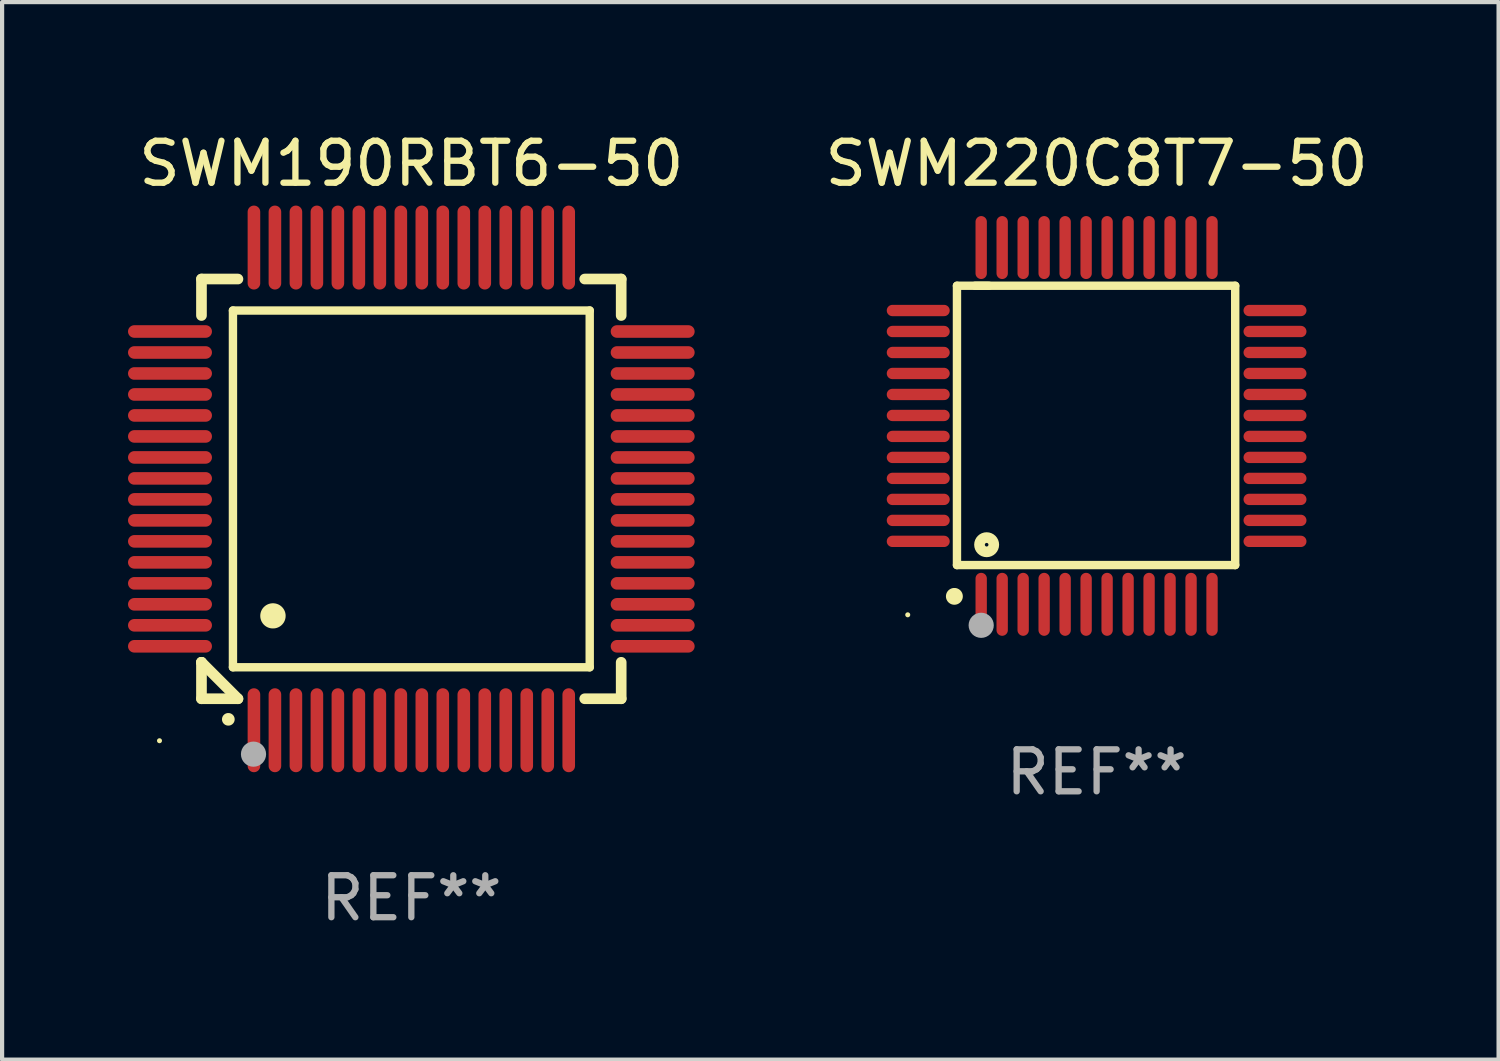
<source format=kicad_pcb>
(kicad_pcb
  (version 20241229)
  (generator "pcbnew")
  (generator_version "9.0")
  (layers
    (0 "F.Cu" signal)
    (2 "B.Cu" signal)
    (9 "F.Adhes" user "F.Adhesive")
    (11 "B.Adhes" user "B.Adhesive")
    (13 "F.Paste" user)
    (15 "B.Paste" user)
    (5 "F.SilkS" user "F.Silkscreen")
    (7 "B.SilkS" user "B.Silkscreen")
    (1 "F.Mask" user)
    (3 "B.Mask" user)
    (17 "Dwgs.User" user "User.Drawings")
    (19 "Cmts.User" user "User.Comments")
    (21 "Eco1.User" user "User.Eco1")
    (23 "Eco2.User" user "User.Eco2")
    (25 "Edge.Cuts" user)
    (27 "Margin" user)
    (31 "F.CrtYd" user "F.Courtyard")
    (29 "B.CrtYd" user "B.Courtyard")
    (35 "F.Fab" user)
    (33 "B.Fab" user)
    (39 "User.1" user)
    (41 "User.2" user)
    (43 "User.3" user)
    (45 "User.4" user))
  (footprint "SWM220C8T7-50"
    (layer "F.Cu")
    (at 23.077 7.098)
    (property "Reference" "SWM220C8T7-50" (at 0 -6.25 0) (layer "F.SilkS") (effects (font (size 1 1) (thickness 0.15))))
    (attr through_hole)
    (fp_line (start -3.327 -3.34) (end -2.565 -3.34) (stroke (width 0.2) (type solid)) (layer "F.SilkS"))
    (fp_line (start -3.327 3.315) (end -3.327 -3.34) (stroke (width 0.2) (type solid)) (layer "F.SilkS"))
    (fp_line (start -2.896 -3.34) (end 3.302 -3.34) (stroke (width 0.2) (type solid)) (layer "F.SilkS"))
    (fp_line (start 3.302 -3.34) (end 3.302 3.315) (stroke (width 0.2) (type solid)) (layer "F.SilkS"))
    (fp_line (start 3.302 3.315) (end -3.327 3.315) (stroke (width 0.2) (type solid)) (layer "F.SilkS"))
    (fp_arc (start -3.389992 4.059995) (mid -3.388722 4.059991) (end -3.387452 4.059995) (stroke (width 0.4) (type solid)) (layer "F.SilkS"))
    (fp_circle (center -4.5 4.5) (end -4.47 4.5) (stroke (width 0.06) (type solid)) (fill no) (layer "F.SilkS"))
    (fp_circle (center -2.62 2.83) (end -2.45 2.83) (stroke (width 0.254) (type solid)) (fill no) (layer "F.SilkS"))
    (fp_circle (center -2.75 4.75) (end -2.6 4.75) (stroke (width 0.3) (type solid)) (fill no) (layer "F.Fab"))
    (fp_text user "REF**" (at 0 8.25 0) (layer "F.Fab") (effects (font (size 1 1) (thickness 0.15))))
    (pad "1" smd oval (at -2.75 4.25) (size 0.27 1.5) (layers "F.Cu" "F.Mask" "F.Paste"))
    (pad "2" smd oval (at -2.25 4.25) (size 0.27 1.5) (layers "F.Cu" "F.Mask" "F.Paste"))
    (pad "3" smd oval (at -1.75 4.25) (size 0.27 1.5) (layers "F.Cu" "F.Mask" "F.Paste"))
    (pad "4" smd oval (at -1.25 4.25) (size 0.27 1.5) (layers "F.Cu" "F.Mask" "F.Paste"))
    (pad "5" smd oval (at -0.75 4.25) (size 0.27 1.5) (layers "F.Cu" "F.Mask" "F.Paste"))
    (pad "6" smd oval (at -0.25 4.25) (size 0.27 1.5) (layers "F.Cu" "F.Mask" "F.Paste"))
    (pad "7" smd oval (at 0.25 4.25) (size 0.27 1.5) (layers "F.Cu" "F.Mask" "F.Paste"))
    (pad "8" smd oval (at 0.75 4.25) (size 0.27 1.5) (layers "F.Cu" "F.Mask" "F.Paste"))
    (pad "9" smd oval (at 1.25 4.25) (size 0.27 1.5) (layers "F.Cu" "F.Mask" "F.Paste"))
    (pad "10" smd oval (at 1.75 4.25) (size 0.27 1.5) (layers "F.Cu" "F.Mask" "F.Paste"))
    (pad "11" smd oval (at 2.25 4.25) (size 0.27 1.5) (layers "F.Cu" "F.Mask" "F.Paste"))
    (pad "12" smd oval (at 2.75 4.25) (size 0.27 1.5) (layers "F.Cu" "F.Mask" "F.Paste"))
    (pad "13" smd oval (at 4.25 2.75) (size 1.5 0.27) (layers "F.Cu" "F.Mask" "F.Paste"))
    (pad "14" smd oval (at 4.25 2.25) (size 1.5 0.27) (layers "F.Cu" "F.Mask" "F.Paste"))
    (pad "15" smd oval (at 4.25 1.75) (size 1.5 0.27) (layers "F.Cu" "F.Mask" "F.Paste"))
    (pad "16" smd oval (at 4.25 1.25) (size 1.5 0.27) (layers "F.Cu" "F.Mask" "F.Paste"))
    (pad "17" smd oval (at 4.25 0.75) (size 1.5 0.27) (layers "F.Cu" "F.Mask" "F.Paste"))
    (pad "18" smd oval (at 4.25 0.25) (size 1.5 0.27) (layers "F.Cu" "F.Mask" "F.Paste"))
    (pad "19" smd oval (at 4.25 -0.25) (size 1.5 0.27) (layers "F.Cu" "F.Mask" "F.Paste"))
    (pad "20" smd oval (at 4.25 -0.75) (size 1.5 0.27) (layers "F.Cu" "F.Mask" "F.Paste"))
    (pad "21" smd oval (at 4.25 -1.25) (size 1.5 0.27) (layers "F.Cu" "F.Mask" "F.Paste"))
    (pad "22" smd oval (at 4.25 -1.75) (size 1.5 0.27) (layers "F.Cu" "F.Mask" "F.Paste"))
    (pad "23" smd oval (at 4.25 -2.25) (size 1.5 0.27) (layers "F.Cu" "F.Mask" "F.Paste"))
    (pad "24" smd oval (at 4.25 -2.75) (size 1.5 0.27) (layers "F.Cu" "F.Mask" "F.Paste"))
    (pad "25" smd oval (at 2.75 -4.25) (size 0.27 1.5) (layers "F.Cu" "F.Mask" "F.Paste"))
    (pad "26" smd oval (at 2.25 -4.25) (size 0.27 1.5) (layers "F.Cu" "F.Mask" "F.Paste"))
    (pad "27" smd oval (at 1.75 -4.25) (size 0.27 1.5) (layers "F.Cu" "F.Mask" "F.Paste"))
    (pad "28" smd oval (at 1.25 -4.25) (size 0.27 1.5) (layers "F.Cu" "F.Mask" "F.Paste"))
    (pad "29" smd oval (at 0.75 -4.25) (size 0.27 1.5) (layers "F.Cu" "F.Mask" "F.Paste"))
    (pad "30" smd oval (at 0.25 -4.25) (size 0.27 1.5) (layers "F.Cu" "F.Mask" "F.Paste"))
    (pad "31" smd oval (at -0.25 -4.25) (size 0.27 1.5) (layers "F.Cu" "F.Mask" "F.Paste"))
    (pad "32" smd oval (at -0.75 -4.25) (size 0.27 1.5) (layers "F.Cu" "F.Mask" "F.Paste"))
    (pad "33" smd oval (at -1.25 -4.25) (size 0.27 1.5) (layers "F.Cu" "F.Mask" "F.Paste"))
    (pad "34" smd oval (at -1.75 -4.25) (size 0.27 1.5) (layers "F.Cu" "F.Mask" "F.Paste"))
    (pad "35" smd oval (at -2.25 -4.25) (size 0.27 1.5) (layers "F.Cu" "F.Mask" "F.Paste"))
    (pad "36" smd oval (at -2.75 -4.25) (size 0.27 1.5) (layers "F.Cu" "F.Mask" "F.Paste"))
    (pad "37" smd oval (at -4.25 -2.75) (size 1.5 0.27) (layers "F.Cu" "F.Mask" "F.Paste"))
    (pad "38" smd oval (at -4.25 -2.25) (size 1.5 0.27) (layers "F.Cu" "F.Mask" "F.Paste"))
    (pad "39" smd oval (at -4.25 -1.75) (size 1.5 0.27) (layers "F.Cu" "F.Mask" "F.Paste"))
    (pad "40" smd oval (at -4.25 -1.25) (size 1.5 0.27) (layers "F.Cu" "F.Mask" "F.Paste"))
    (pad "41" smd oval (at -4.25 -0.75) (size 1.5 0.27) (layers "F.Cu" "F.Mask" "F.Paste"))
    (pad "42" smd oval (at -4.25 -0.25) (size 1.5 0.27) (layers "F.Cu" "F.Mask" "F.Paste"))
    (pad "43" smd oval (at -4.25 0.25) (size 1.5 0.27) (layers "F.Cu" "F.Mask" "F.Paste"))
    (pad "44" smd oval (at -4.25 0.75) (size 1.5 0.27) (layers "F.Cu" "F.Mask" "F.Paste"))
    (pad "45" smd oval (at -4.25 1.25) (size 1.5 0.27) (layers "F.Cu" "F.Mask" "F.Paste"))
    (pad "46" smd oval (at -4.25 1.75) (size 1.5 0.27) (layers "F.Cu" "F.Mask" "F.Paste"))
    (pad "47" smd oval (at -4.25 2.25) (size 1.5 0.27) (layers "F.Cu" "F.Mask" "F.Paste"))
    (pad "48" smd oval (at -4.25 2.75) (size 1.5 0.27) (layers "F.Cu" "F.Mask" "F.Paste")))
  (footprint "SWM190RBT6-50"
    (layer "F.Cu")
    (at 6.75 8.598)
    (property "Reference" "SWM190RBT6-50" (at 0 -7.75 0) (layer "F.SilkS") (effects (font (size 1 1) (thickness 0.15))))
    (attr through_hole)
    (fp_line (start -5 -5) (end -4.131 -5) (stroke (width 0.254) (type solid)) (layer "F.SilkS"))
    (fp_line (start -5 -4.131) (end -5 -5) (stroke (width 0.254) (type solid)) (layer "F.SilkS"))
    (fp_line (start -5 4.131) (end -5 4.131) (stroke (width 0.254) (type solid)) (layer "F.SilkS"))
    (fp_line (start -5 5) (end -5 4.131) (stroke (width 0.254) (type solid)) (layer "F.SilkS"))
    (fp_line (start -5 4.131) (end -4.131 5) (stroke (width 0.254) (type solid)) (layer "F.SilkS"))
    (fp_line (start -4.25 -4.25) (end -4.25 4.25) (stroke (width 0.2) (type solid)) (layer "F.SilkS"))
    (fp_line (start -4.25 4.25) (end 4.25 4.25) (stroke (width 0.2) (type solid)) (layer "F.SilkS"))
    (fp_line (start -4.131 5) (end -5 5) (stroke (width 0.254) (type solid)) (layer "F.SilkS"))
    (fp_line (start 4.25 -4.25) (end -4.25 -4.25) (stroke (width 0.2) (type solid)) (layer "F.SilkS"))
    (fp_line (start 4.25 4.25) (end 4.25 -4.25) (stroke (width 0.2) (type solid)) (layer "F.SilkS"))
    (fp_line (start 5 -5) (end 4.131 -5) (stroke (width 0.254) (type solid)) (layer "F.SilkS"))
    (fp_line (start 5 -5) (end 5 -4.131) (stroke (width 0.254) (type solid)) (layer "F.SilkS"))
    (fp_line (start 5 4.131) (end 5 5) (stroke (width 0.254) (type solid)) (layer "F.SilkS"))
    (fp_line (start 5 5) (end 4.131 5) (stroke (width 0.254) (type solid)) (layer "F.SilkS"))
    (fp_arc (start -4.361265 5.489992) (mid -4.359995 5.489987) (end -4.358725 5.489992) (stroke (width 0.3) (type solid)) (layer "F.SilkS"))
    (fp_arc (start -3.299467 3.025146) (mid -3.296927 3.025135) (end -3.294387 3.025146) (stroke (width 0.6) (type solid)) (layer "F.SilkS"))
    (fp_circle (center -6 6) (end -5.97 6) (stroke (width 0.06) (type solid)) (fill no) (layer "F.SilkS"))
    (fp_circle (center -3.76 6.32) (end -3.61 6.32) (stroke (width 0.3) (type solid)) (fill no) (layer "F.Fab"))
    (fp_text user "REF**" (at 0 9.75 0) (layer "F.Fab") (effects (font (size 1 1) (thickness 0.15))))
    (pad "1" smd oval (at -3.75 5.75) (size 0.3 2) (layers "F.Cu" "F.Mask" "F.Paste"))
    (pad "2" smd oval (at -3.25 5.75) (size 0.3 2) (layers "F.Cu" "F.Mask" "F.Paste"))
    (pad "3" smd oval (at -2.75 5.75) (size 0.3 2) (layers "F.Cu" "F.Mask" "F.Paste"))
    (pad "4" smd oval (at -2.25 5.75) (size 0.3 2) (layers "F.Cu" "F.Mask" "F.Paste"))
    (pad "5" smd oval (at -1.75 5.75) (size 0.3 2) (layers "F.Cu" "F.Mask" "F.Paste"))
    (pad "6" smd oval (at -1.25 5.75) (size 0.3 2) (layers "F.Cu" "F.Mask" "F.Paste"))
    (pad "7" smd oval (at -0.75 5.75) (size 0.3 2) (layers "F.Cu" "F.Mask" "F.Paste"))
    (pad "8" smd oval (at -0.25 5.75) (size 0.3 2) (layers "F.Cu" "F.Mask" "F.Paste"))
    (pad "9" smd oval (at 0.25 5.75) (size 0.3 2) (layers "F.Cu" "F.Mask" "F.Paste"))
    (pad "10" smd oval (at 0.75 5.75) (size 0.3 2) (layers "F.Cu" "F.Mask" "F.Paste"))
    (pad "11" smd oval (at 1.25 5.75) (size 0.3 2) (layers "F.Cu" "F.Mask" "F.Paste"))
    (pad "12" smd oval (at 1.75 5.75) (size 0.3 2) (layers "F.Cu" "F.Mask" "F.Paste"))
    (pad "13" smd oval (at 2.25 5.75) (size 0.3 2) (layers "F.Cu" "F.Mask" "F.Paste"))
    (pad "14" smd oval (at 2.75 5.75) (size 0.3 2) (layers "F.Cu" "F.Mask" "F.Paste"))
    (pad "15" smd oval (at 3.25 5.75) (size 0.3 2) (layers "F.Cu" "F.Mask" "F.Paste"))
    (pad "16" smd oval (at 3.75 5.75) (size 0.3 2) (layers "F.Cu" "F.Mask" "F.Paste"))
    (pad "17" smd oval (at 5.75 3.75) (size 2 0.3) (layers "F.Cu" "F.Mask" "F.Paste"))
    (pad "18" smd oval (at 5.75 3.25) (size 2 0.3) (layers "F.Cu" "F.Mask" "F.Paste"))
    (pad "19" smd oval (at 5.75 2.75) (size 2 0.3) (layers "F.Cu" "F.Mask" "F.Paste"))
    (pad "20" smd oval (at 5.75 2.25) (size 2 0.3) (layers "F.Cu" "F.Mask" "F.Paste"))
    (pad "21" smd oval (at 5.75 1.75) (size 2 0.3) (layers "F.Cu" "F.Mask" "F.Paste"))
    (pad "22" smd oval (at 5.75 1.25) (size 2 0.3) (layers "F.Cu" "F.Mask" "F.Paste"))
    (pad "23" smd oval (at 5.75 0.75) (size 2 0.3) (layers "F.Cu" "F.Mask" "F.Paste"))
    (pad "24" smd oval (at 5.75 0.25) (size 2 0.3) (layers "F.Cu" "F.Mask" "F.Paste"))
    (pad "25" smd oval (at 5.75 -0.25) (size 2 0.3) (layers "F.Cu" "F.Mask" "F.Paste"))
    (pad "26" smd oval (at 5.75 -0.75) (size 2 0.3) (layers "F.Cu" "F.Mask" "F.Paste"))
    (pad "27" smd oval (at 5.75 -1.25) (size 2 0.3) (layers "F.Cu" "F.Mask" "F.Paste"))
    (pad "28" smd oval (at 5.75 -1.75) (size 2 0.3) (layers "F.Cu" "F.Mask" "F.Paste"))
    (pad "29" smd oval (at 5.75 -2.25) (size 2 0.3) (layers "F.Cu" "F.Mask" "F.Paste"))
    (pad "30" smd oval (at 5.75 -2.75) (size 2 0.3) (layers "F.Cu" "F.Mask" "F.Paste"))
    (pad "31" smd oval (at 5.75 -3.25) (size 2 0.3) (layers "F.Cu" "F.Mask" "F.Paste"))
    (pad "32" smd oval (at 5.75 -3.75) (size 2 0.3) (layers "F.Cu" "F.Mask" "F.Paste"))
    (pad "33" smd oval (at 3.75 -5.75) (size 0.3 2) (layers "F.Cu" "F.Mask" "F.Paste"))
    (pad "34" smd oval (at 3.25 -5.75) (size 0.3 2) (layers "F.Cu" "F.Mask" "F.Paste"))
    (pad "35" smd oval (at 2.75 -5.75) (size 0.3 2) (layers "F.Cu" "F.Mask" "F.Paste"))
    (pad "36" smd oval (at 2.25 -5.75) (size 0.3 2) (layers "F.Cu" "F.Mask" "F.Paste"))
    (pad "37" smd oval (at 1.75 -5.75) (size 0.3 2) (layers "F.Cu" "F.Mask" "F.Paste"))
    (pad "38" smd oval (at 1.25 -5.75) (size 0.3 2) (layers "F.Cu" "F.Mask" "F.Paste"))
    (pad "39" smd oval (at 0.75 -5.75) (size 0.3 2) (layers "F.Cu" "F.Mask" "F.Paste"))
    (pad "40" smd oval (at 0.25 -5.75) (size 0.3 2) (layers "F.Cu" "F.Mask" "F.Paste"))
    (pad "41" smd oval (at -0.25 -5.75) (size 0.3 2) (layers "F.Cu" "F.Mask" "F.Paste"))
    (pad "42" smd oval (at -0.75 -5.75) (size 0.3 2) (layers "F.Cu" "F.Mask" "F.Paste"))
    (pad "43" smd oval (at -1.25 -5.75) (size 0.3 2) (layers "F.Cu" "F.Mask" "F.Paste"))
    (pad "44" smd oval (at -1.75 -5.75) (size 0.3 2) (layers "F.Cu" "F.Mask" "F.Paste"))
    (pad "45" smd oval (at -2.25 -5.75) (size 0.3 2) (layers "F.Cu" "F.Mask" "F.Paste"))
    (pad "46" smd oval (at -2.75 -5.75) (size 0.3 2) (layers "F.Cu" "F.Mask" "F.Paste"))
    (pad "47" smd oval (at -3.25 -5.75) (size 0.3 2) (layers "F.Cu" "F.Mask" "F.Paste"))
    (pad "48" smd oval (at -3.75 -5.75) (size 0.3 2) (layers "F.Cu" "F.Mask" "F.Paste"))
    (pad "49" smd oval (at -5.75 -3.75) (size 2 0.3) (layers "F.Cu" "F.Mask" "F.Paste"))
    (pad "50" smd oval (at -5.75 -3.25) (size 2 0.3) (layers "F.Cu" "F.Mask" "F.Paste"))
    (pad "51" smd oval (at -5.75 -2.75) (size 2 0.3) (layers "F.Cu" "F.Mask" "F.Paste"))
    (pad "52" smd oval (at -5.75 -2.25) (size 2 0.3) (layers "F.Cu" "F.Mask" "F.Paste"))
    (pad "53" smd oval (at -5.75 -1.75) (size 2 0.3) (layers "F.Cu" "F.Mask" "F.Paste"))
    (pad "54" smd oval (at -5.75 -1.25) (size 2 0.3) (layers "F.Cu" "F.Mask" "F.Paste"))
    (pad "55" smd oval (at -5.75 -0.75) (size 2 0.3) (layers "F.Cu" "F.Mask" "F.Paste"))
    (pad "56" smd oval (at -5.75 -0.25) (size 2 0.3) (layers "F.Cu" "F.Mask" "F.Paste"))
    (pad "57" smd oval (at -5.75 0.25) (size 2 0.3) (layers "F.Cu" "F.Mask" "F.Paste"))
    (pad "58" smd oval (at -5.75 0.75) (size 2 0.3) (layers "F.Cu" "F.Mask" "F.Paste"))
    (pad "59" smd oval (at -5.75 1.25) (size 2 0.3) (layers "F.Cu" "F.Mask" "F.Paste"))
    (pad "60" smd oval (at -5.75 1.75) (size 2 0.3) (layers "F.Cu" "F.Mask" "F.Paste"))
    (pad "61" smd oval (at -5.75 2.25) (size 2 0.3) (layers "F.Cu" "F.Mask" "F.Paste"))
    (pad "62" smd oval (at -5.75 2.75) (size 2 0.3) (layers "F.Cu" "F.Mask" "F.Paste"))
    (pad "63" smd oval (at -5.75 3.25) (size 2 0.3) (layers "F.Cu" "F.Mask" "F.Paste"))
    (pad "64" smd oval (at -5.75 3.75) (size 2 0.3) (layers "F.Cu" "F.Mask" "F.Paste")))
  (gr_rect
    (start -3 -3)
    (end 32.654 22.196)
    (stroke (width 0.1) (type default))
    (fill no)
    (layer "Edge.Cuts")))
</source>
